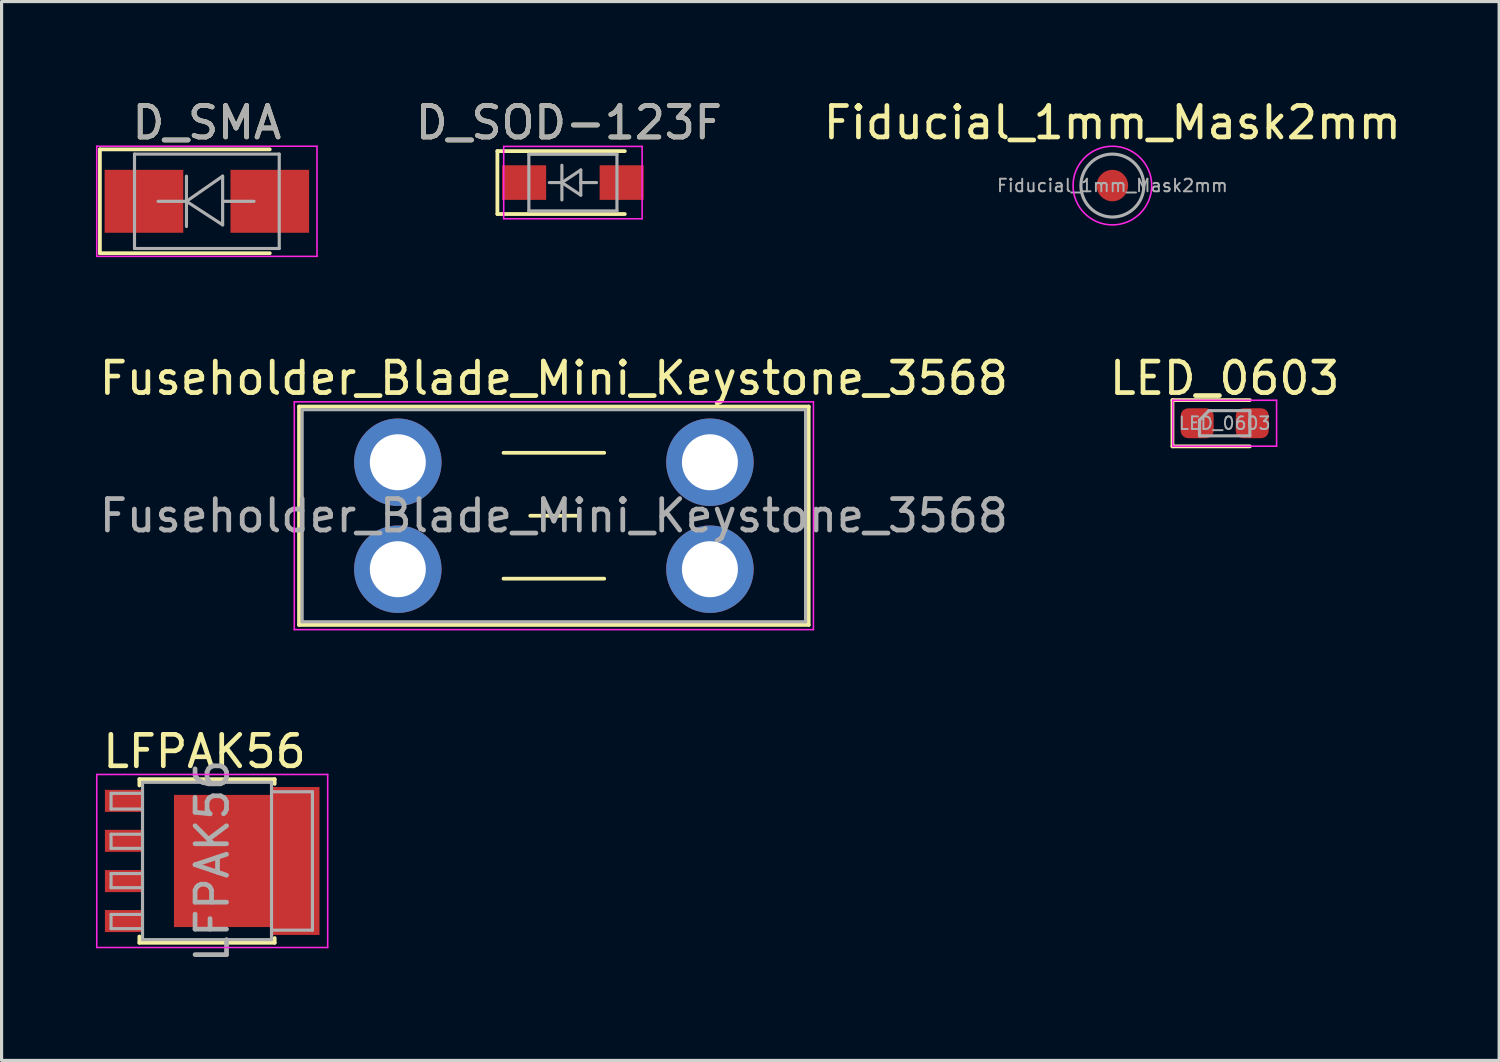
<source format=kicad_pcb>
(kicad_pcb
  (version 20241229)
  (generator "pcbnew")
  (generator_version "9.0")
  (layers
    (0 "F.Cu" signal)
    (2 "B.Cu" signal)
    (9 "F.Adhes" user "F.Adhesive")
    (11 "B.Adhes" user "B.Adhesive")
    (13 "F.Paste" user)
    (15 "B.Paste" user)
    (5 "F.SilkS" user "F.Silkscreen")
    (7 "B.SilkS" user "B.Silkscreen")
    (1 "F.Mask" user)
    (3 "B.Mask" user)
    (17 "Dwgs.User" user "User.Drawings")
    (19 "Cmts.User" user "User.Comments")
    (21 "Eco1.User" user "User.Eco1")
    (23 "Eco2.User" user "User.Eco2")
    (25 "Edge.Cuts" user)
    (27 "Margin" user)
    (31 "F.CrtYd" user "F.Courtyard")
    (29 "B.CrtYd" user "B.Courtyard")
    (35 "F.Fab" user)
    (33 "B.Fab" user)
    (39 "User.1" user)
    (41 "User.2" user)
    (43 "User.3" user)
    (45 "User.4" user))
  (footprint "D_SOD-123F"
    (layer "F.Cu")
    (at 15.159 2.753)
    (property "Reference" "D_SOD-123F" (at -0.127 -1.905 0) (layer "F.SilkS") (effects (font (size 1 1) (thickness 0.15))))
    (attr smd)
    (fp_line (start -2.4 -1) (end -2.4 1) (stroke (width 0.12) (type solid)) (layer "F.SilkS"))
    (fp_line (start -2.4 -1) (end 1.65 -1) (stroke (width 0.12) (type solid)) (layer "F.SilkS"))
    (fp_line (start -2.4 1) (end 1.65 1) (stroke (width 0.12) (type solid)) (layer "F.SilkS"))
    (fp_line (start -2.2 -1.15) (end -2.2 1.15) (stroke (width 0.05) (type solid)) (layer "F.CrtYd"))
    (fp_line (start -2.2 -1.15) (end 2.2 -1.15) (stroke (width 0.05) (type solid)) (layer "F.CrtYd"))
    (fp_line (start 2.2 -1.15) (end 2.2 1.15) (stroke (width 0.05) (type solid)) (layer "F.CrtYd"))
    (fp_line (start 2.2 1.15) (end -2.2 1.15) (stroke (width 0.05) (type solid)) (layer "F.CrtYd"))
    (fp_line (start -1.4 -0.9) (end 1.4 -0.9) (stroke (width 0.1) (type solid)) (layer "F.Fab"))
    (fp_line (start -1.4 0.9) (end -1.4 -0.9) (stroke (width 0.1) (type solid)) (layer "F.Fab"))
    (fp_line (start -0.75 0) (end -0.35 0) (stroke (width 0.1) (type solid)) (layer "F.Fab"))
    (fp_line (start -0.35 0) (end -0.35 -0.55) (stroke (width 0.1) (type solid)) (layer "F.Fab"))
    (fp_line (start -0.35 0) (end -0.35 0.55) (stroke (width 0.1) (type solid)) (layer "F.Fab"))
    (fp_line (start -0.35 0) (end 0.25 -0.4) (stroke (width 0.1) (type solid)) (layer "F.Fab"))
    (fp_line (start 0.25 -0.4) (end 0.25 0.4) (stroke (width 0.1) (type solid)) (layer "F.Fab"))
    (fp_line (start 0.25 0) (end 0.75 0) (stroke (width 0.1) (type solid)) (layer "F.Fab"))
    (fp_line (start 0.25 0.4) (end -0.35 0) (stroke (width 0.1) (type solid)) (layer "F.Fab"))
    (fp_line (start 1.4 -0.9) (end 1.4 0.9) (stroke (width 0.1) (type solid)) (layer "F.Fab"))
    (fp_line (start 1.4 0.9) (end -1.4 0.9) (stroke (width 0.1) (type solid)) (layer "F.Fab"))
    (fp_text user "${REFERENCE}" (at -0.127 -1.905 0) (layer "F.Fab") (effects (font (size 1 1) (thickness 0.15))))
    (pad "1" smd rect (at -1.55 0) (size 1.4 1.1) (layers "F.Cu" "F.Mask" "F.Paste"))
    (pad "2" smd rect (at 1.55 0) (size 1.4 1.1) (layers "F.Cu" "F.Mask" "F.Paste")))
  (footprint "D_SMA"
    (layer "F.Cu")
    (at 3.525 3.348)
    (property "Reference" "D_SMA" (at 0 -2.5 0) (layer "F.SilkS") (effects (font (size 1 1) (thickness 0.15))))
    (attr smd)
    (fp_line (start -3.4 -1.65) (end -3.4 1.65) (stroke (width 0.12) (type solid)) (layer "F.SilkS"))
    (fp_line (start -3.4 -1.65) (end 2 -1.65) (stroke (width 0.12) (type solid)) (layer "F.SilkS"))
    (fp_line (start -3.4 1.65) (end 2 1.65) (stroke (width 0.12) (type solid)) (layer "F.SilkS"))
    (fp_line (start -3.5 -1.75) (end 3.5 -1.75) (stroke (width 0.05) (type solid)) (layer "F.CrtYd"))
    (fp_line (start -3.5 1.75) (end -3.5 -1.75) (stroke (width 0.05) (type solid)) (layer "F.CrtYd"))
    (fp_line (start 3.5 -1.75) (end 3.5 1.75) (stroke (width 0.05) (type solid)) (layer "F.CrtYd"))
    (fp_line (start 3.5 1.75) (end -3.5 1.75) (stroke (width 0.05) (type solid)) (layer "F.CrtYd"))
    (fp_line (start -2.3 1.5) (end -2.3 -1.5) (stroke (width 0.1) (type solid)) (layer "F.Fab"))
    (fp_line (start -0.649 -0.799) (end -0.649 0.801) (stroke (width 0.1) (type solid)) (layer "F.Fab"))
    (fp_line (start -0.649 0.001) (end -1.551 0.001) (stroke (width 0.1) (type solid)) (layer "F.Fab"))
    (fp_line (start -0.649 0.001) (end 0.501 -0.799) (stroke (width 0.1) (type solid)) (layer "F.Fab"))
    (fp_line (start -0.649 0.001) (end 0.501 0.75) (stroke (width 0.1) (type solid)) (layer "F.Fab"))
    (fp_line (start 0.501 0.001) (end 1.499 0.001) (stroke (width 0.1) (type solid)) (layer "F.Fab"))
    (fp_line (start 0.501 0.75) (end 0.501 -0.799) (stroke (width 0.1) (type solid)) (layer "F.Fab"))
    (fp_line (start 2.3 -1.5) (end -2.3 -1.5) (stroke (width 0.1) (type solid)) (layer "F.Fab"))
    (fp_line (start 2.3 -1.5) (end 2.3 1.5) (stroke (width 0.1) (type solid)) (layer "F.Fab"))
    (fp_line (start 2.3 1.5) (end -2.3 1.5) (stroke (width 0.1) (type solid)) (layer "F.Fab"))
    (fp_text user "${REFERENCE}" (at 0 -2.5 0) (layer "F.Fab") (effects (font (size 1 1) (thickness 0.15))))
    (pad "1" smd rect (at -2 0) (size 2.5 2) (layers "F.Cu" "F.Mask" "F.Paste"))
    (pad "2" smd rect (at 2 0) (size 2.5 2) (layers "F.Cu" "F.Mask" "F.Paste")))
  (footprint "Fuseholder_Blade_Mini_Keystone_3568"
    (layer "F.Cu")
    (at 9.594 11.642)
    (property "Reference" "Fuseholder_Blade_Mini_Keystone_3568" (at 4.96 -2.67 0) (layer "F.SilkS") (effects (font (size 1 1) (thickness 0.15))))
    (attr through_hole)
    (fp_line (start -3.14 -1.77) (end -3.14 5.17) (stroke (width 0.12) (type solid)) (layer "F.SilkS"))
    (fp_line (start -3.14 5.17) (end 13.06 5.17) (stroke (width 0.12) (type solid)) (layer "F.SilkS"))
    (fp_line (start 3.36 -0.3) (end 6.56 -0.3) (stroke (width 0.12) (type solid)) (layer "F.SilkS"))
    (fp_line (start 4.21 1.7) (end 5.71 1.7) (stroke (width 0.12) (type solid)) (layer "F.SilkS"))
    (fp_line (start 6.56 3.7) (end 3.36 3.7) (stroke (width 0.12) (type solid)) (layer "F.SilkS"))
    (fp_line (start 13.06 -1.77) (end -3.14 -1.77) (stroke (width 0.12) (type solid)) (layer "F.SilkS"))
    (fp_line (start 13.06 5.17) (end 13.06 -1.77) (stroke (width 0.12) (type solid)) (layer "F.SilkS"))
    (fp_line (start -3.29 -1.92) (end -3.29 5.32) (stroke (width 0.05) (type solid)) (layer "F.CrtYd"))
    (fp_line (start -3.29 5.32) (end 13.21 5.32) (stroke (width 0.05) (type solid)) (layer "F.CrtYd"))
    (fp_line (start 13.21 -1.92) (end -3.29 -1.92) (stroke (width 0.05) (type solid)) (layer "F.CrtYd"))
    (fp_line (start 13.21 5.32) (end 13.21 -1.92) (stroke (width 0.05) (type solid)) (layer "F.CrtYd"))
    (fp_line (start -3.04 -1.67) (end -3.04 5.07) (stroke (width 0.1) (type solid)) (layer "F.Fab"))
    (fp_line (start -3.04 5.07) (end 12.96 5.07) (stroke (width 0.1) (type solid)) (layer "F.Fab"))
    (fp_line (start 12.96 -1.67) (end -3.04 -1.67) (stroke (width 0.1) (type solid)) (layer "F.Fab"))
    (fp_line (start 12.96 5.07) (end 12.96 -1.67) (stroke (width 0.1) (type solid)) (layer "F.Fab"))
    (fp_text user "${REFERENCE}" (at 4.96 1.7 0) (layer "F.Fab") (effects (font (size 1 1) (thickness 0.15))))
    (pad "1" thru_hole circle (at 0 0) (size 2.78 2.78) (drill 1.78) (layers "*.Cu" "*.Mask"))
    (pad "1" thru_hole circle (at 0 3.4) (size 2.78 2.78) (drill 1.78) (layers "*.Cu" "*.Mask"))
    (pad "2" thru_hole circle (at 9.92 0) (size 2.78 2.78) (drill 1.78) (layers "*.Cu" "*.Mask"))
    (pad "2" thru_hole circle (at 9.92 3.4) (size 2.78 2.78) (drill 1.78) (layers "*.Cu" "*.Mask")))
  (footprint "Fiducial_1mm_Mask2mm"
    (layer "F.Cu")
    (at 32.306 2.848)
    (property "Reference" "Fiducial_1mm_Mask2mm" (at 0 -2 0) (layer "F.SilkS") (effects (font (size 1 1) (thickness 0.15))))
    (attr smd)
    (fp_circle (center 0 0) (end 1.25 0) (stroke (width 0.05) (type solid)) (fill no) (layer "F.CrtYd"))
    (fp_circle (center 0 0) (end 1 0) (stroke (width 0.1) (type solid)) (fill no) (layer "F.Fab"))
    (fp_text user "${REFERENCE}" (at 0 0 0) (layer "F.Fab") (effects (font (size 0.4 0.4) (thickness 0.06))))
    (pad "" smd circle (at 0 0) (size 1 1) (layers "F.Cu" "F.Mask")))
  (footprint "LED_0603"
    (layer "F.Cu")
    (at 35.875 10.402)
    (property "Reference" "LED_0603" (at 0 -1.43 0) (layer "F.SilkS") (effects (font (size 1 1) (thickness 0.15))))
    (attr smd)
    (fp_line (start -1.66 -0.735) (end -1.66 0.735) (stroke (width 0.12) (type solid)) (layer "F.SilkS"))
    (fp_line (start -1.66 0.735) (end 0.8 0.735) (stroke (width 0.12) (type solid)) (layer "F.SilkS"))
    (fp_line (start 0.8 -0.735) (end -1.66 -0.735) (stroke (width 0.12) (type solid)) (layer "F.SilkS"))
    (fp_line (start -1.65 -0.73) (end 1.65 -0.73) (stroke (width 0.05) (type solid)) (layer "F.CrtYd"))
    (fp_line (start -1.65 0.73) (end -1.65 -0.73) (stroke (width 0.05) (type solid)) (layer "F.CrtYd"))
    (fp_line (start 1.65 -0.73) (end 1.65 0.73) (stroke (width 0.05) (type solid)) (layer "F.CrtYd"))
    (fp_line (start 1.65 0.73) (end -1.65 0.73) (stroke (width 0.05) (type solid)) (layer "F.CrtYd"))
    (fp_line (start -0.8 -0.1) (end -0.8 0.4) (stroke (width 0.1) (type solid)) (layer "F.Fab"))
    (fp_line (start -0.8 0.4) (end 0.8 0.4) (stroke (width 0.1) (type solid)) (layer "F.Fab"))
    (fp_line (start -0.5 -0.4) (end -0.8 -0.1) (stroke (width 0.1) (type solid)) (layer "F.Fab"))
    (fp_line (start 0.8 -0.4) (end -0.5 -0.4) (stroke (width 0.1) (type solid)) (layer "F.Fab"))
    (fp_line (start 0.8 0.4) (end 0.8 -0.4) (stroke (width 0.1) (type solid)) (layer "F.Fab"))
    (fp_text user "${REFERENCE}" (at 0 0 0) (layer "F.Fab") (effects (font (size 0.4 0.4) (thickness 0.06))))
    (pad "1" smd roundrect (at -0.875 0) (size 1.05 0.95) (layers "F.Cu" "F.Mask" "F.Paste") (roundrect_rratio 0.25))
    (pad "2" smd roundrect (at 0.875 0) (size 1.05 0.95) (layers "F.Cu" "F.Mask" "F.Paste") (roundrect_rratio 0.25)))
  (footprint "LFPAK56"
    (layer "F.Cu")
    (at 3.695 24.315)
    (property "Reference" "LFPAK56" (at -0.245 -3.48 0) (layer "F.SilkS") (effects (font (size 1 1) (thickness 0.15))))
    (attr smd)
    (fp_line (start -2.315 -2.6) (end -2.315 -2.4) (stroke (width 0.12) (type solid)) (layer "F.SilkS"))
    (fp_line (start -2.315 2.4) (end -2.315 2.6) (stroke (width 0.12) (type solid)) (layer "F.SilkS"))
    (fp_line (start -2.315 2.6) (end 1.985 2.6) (stroke (width 0.12) (type solid)) (layer "F.SilkS"))
    (fp_line (start 1.985 -2.6) (end -2.315 -2.6) (stroke (width 0.12) (type solid)) (layer "F.SilkS"))
    (fp_line (start 1.985 -2.45) (end 1.985 -2.6) (stroke (width 0.12) (type solid)) (layer "F.SilkS"))
    (fp_line (start 1.985 2.6) (end 1.985 2.45) (stroke (width 0.12) (type solid)) (layer "F.SilkS"))
    (fp_line (start -3.67 2.75) (end -3.67 -2.75) (stroke (width 0.05) (type solid)) (layer "F.CrtYd"))
    (fp_line (start -3.67 2.75) (end 3.67 2.75) (stroke (width 0.05) (type solid)) (layer "F.CrtYd"))
    (fp_line (start 3.67 -2.75) (end -3.67 -2.75) (stroke (width 0.05) (type solid)) (layer "F.CrtYd"))
    (fp_line (start 3.67 -2.75) (end 3.67 2.75) (stroke (width 0.05) (type solid)) (layer "F.CrtYd"))
    (fp_line (start -3.215 -2.15) (end -3.215 -1.65) (stroke (width 0.1) (type solid)) (layer "F.Fab"))
    (fp_line (start -3.215 -2.15) (end -2.215 -2.15) (stroke (width 0.1) (type solid)) (layer "F.Fab"))
    (fp_line (start -3.215 -1.65) (end -2.215 -1.65) (stroke (width 0.1) (type solid)) (layer "F.Fab"))
    (fp_line (start -3.215 -0.85) (end -3.215 -0.4) (stroke (width 0.1) (type solid)) (layer "F.Fab"))
    (fp_line (start -3.215 -0.4) (end -2.215 -0.4) (stroke (width 0.1) (type solid)) (layer "F.Fab"))
    (fp_line (start -3.215 0.4) (end -3.215 0.85) (stroke (width 0.1) (type solid)) (layer "F.Fab"))
    (fp_line (start -3.215 0.85) (end -2.215 0.85) (stroke (width 0.1) (type solid)) (layer "F.Fab"))
    (fp_line (start -3.215 1.7) (end -3.215 2.15) (stroke (width 0.1) (type solid)) (layer "F.Fab"))
    (fp_line (start -3.215 2.15) (end -2.215 2.15) (stroke (width 0.1) (type solid)) (layer "F.Fab"))
    (fp_line (start -2.215 -2.5) (end -2.215 2.5) (stroke (width 0.1) (type solid)) (layer "F.Fab"))
    (fp_line (start -2.215 -0.85) (end -3.215 -0.85) (stroke (width 0.1) (type solid)) (layer "F.Fab"))
    (fp_line (start -2.215 0.4) (end -3.215 0.4) (stroke (width 0.1) (type solid)) (layer "F.Fab"))
    (fp_line (start -2.215 1.7) (end -3.215 1.7) (stroke (width 0.1) (type solid)) (layer "F.Fab"))
    (fp_line (start -2.215 2.5) (end 1.885 2.5) (stroke (width 0.1) (type solid)) (layer "F.Fab"))
    (fp_line (start 1.885 -2.5) (end -2.215 -2.5) (stroke (width 0.1) (type solid)) (layer "F.Fab"))
    (fp_line (start 1.885 2.5) (end 1.885 -2.5) (stroke (width 0.1) (type solid)) (layer "F.Fab"))
    (fp_line (start 3.185 -2.2) (end 1.885 -2.2) (stroke (width 0.1) (type solid)) (layer "F.Fab"))
    (fp_line (start 3.185 -2.2) (end 3.185 2.2) (stroke (width 0.1) (type solid)) (layer "F.Fab"))
    (fp_line (start 3.185 2.2) (end 1.885 2.2) (stroke (width 0.1) (type solid)) (layer "F.Fab"))
    (fp_text user "${REFERENCE}" (at 0 0 90) (layer "F.Fab") (effects (font (size 1 1) (thickness 0.15))))
    (pad "" smd rect (at -0.665 -1.15) (size 0.6 0.9) (layers "F.Paste"))
    (pad "" smd rect (at -0.665 0) (size 0.6 0.9) (layers "F.Paste"))
    (pad "" smd rect (at -0.665 1.15) (size 0.6 0.9) (layers "F.Paste"))
    (pad "" smd rect (at 0.185 -1.15) (size 0.6 0.9) (layers "F.Paste"))
    (pad "" smd rect (at 0.185 0) (size 0.6 0.9) (layers "F.Paste"))
    (pad "" smd rect (at 0.185 1.15) (size 0.6 0.9) (layers "F.Paste"))
    (pad "" smd rect (at 1.035 -1.15) (size 0.6 0.9) (layers "F.Paste"))
    (pad "" smd rect (at 1.035 0) (size 0.6 0.9) (layers "F.Paste"))
    (pad "" smd rect (at 1.035 1.15) (size 0.6 0.9) (layers "F.Paste"))
    (pad "" smd rect (at 2.885 -1.88 270) (size 0.6 0.9) (layers "F.Paste"))
    (pad "" smd rect (at 2.885 -0.6 270) (size 0.6 0.9) (layers "F.Paste"))
    (pad "" smd rect (at 2.885 0.6 270) (size 0.6 0.9) (layers "F.Paste"))
    (pad "" smd rect (at 2.885 1.88 270) (size 0.6 0.9) (layers "F.Paste"))
    (pad "1" smd rect (at -2.835 -1.91 270) (size 0.7 1.15) (layers "F.Cu" "F.Mask" "F.Paste"))
    (pad "2" smd rect (at -2.835 -0.64 270) (size 0.7 1.15) (layers "F.Cu" "F.Mask" "F.Paste"))
    (pad "3" smd rect (at -2.835 0.64 270) (size 0.7 1.15) (layers "F.Cu" "F.Mask" "F.Paste"))
    (pad "4" smd rect (at -2.835 1.91 270) (size 0.7 1.15) (layers "F.Cu" "F.Mask" "F.Paste"))
    (pad "5" smd custom (at 0.435 0) (size 3.3 4.2) (layers "F.Cu" "F.Mask" "F.Paste") (options (anchor rect)) (primitives (gr_poly (pts (xy 1.425 -2.35) (xy 2.975 -2.35) (xy 2.975 2.35) (xy 1.425 2.35)) (width 0) (fill yes)))))
  (gr_rect
    (start -3 -3)
    (end 44.598 30.654)
    (stroke (width 0.1) (type default))
    (fill no)
    (layer "Edge.Cuts")))
</source>
